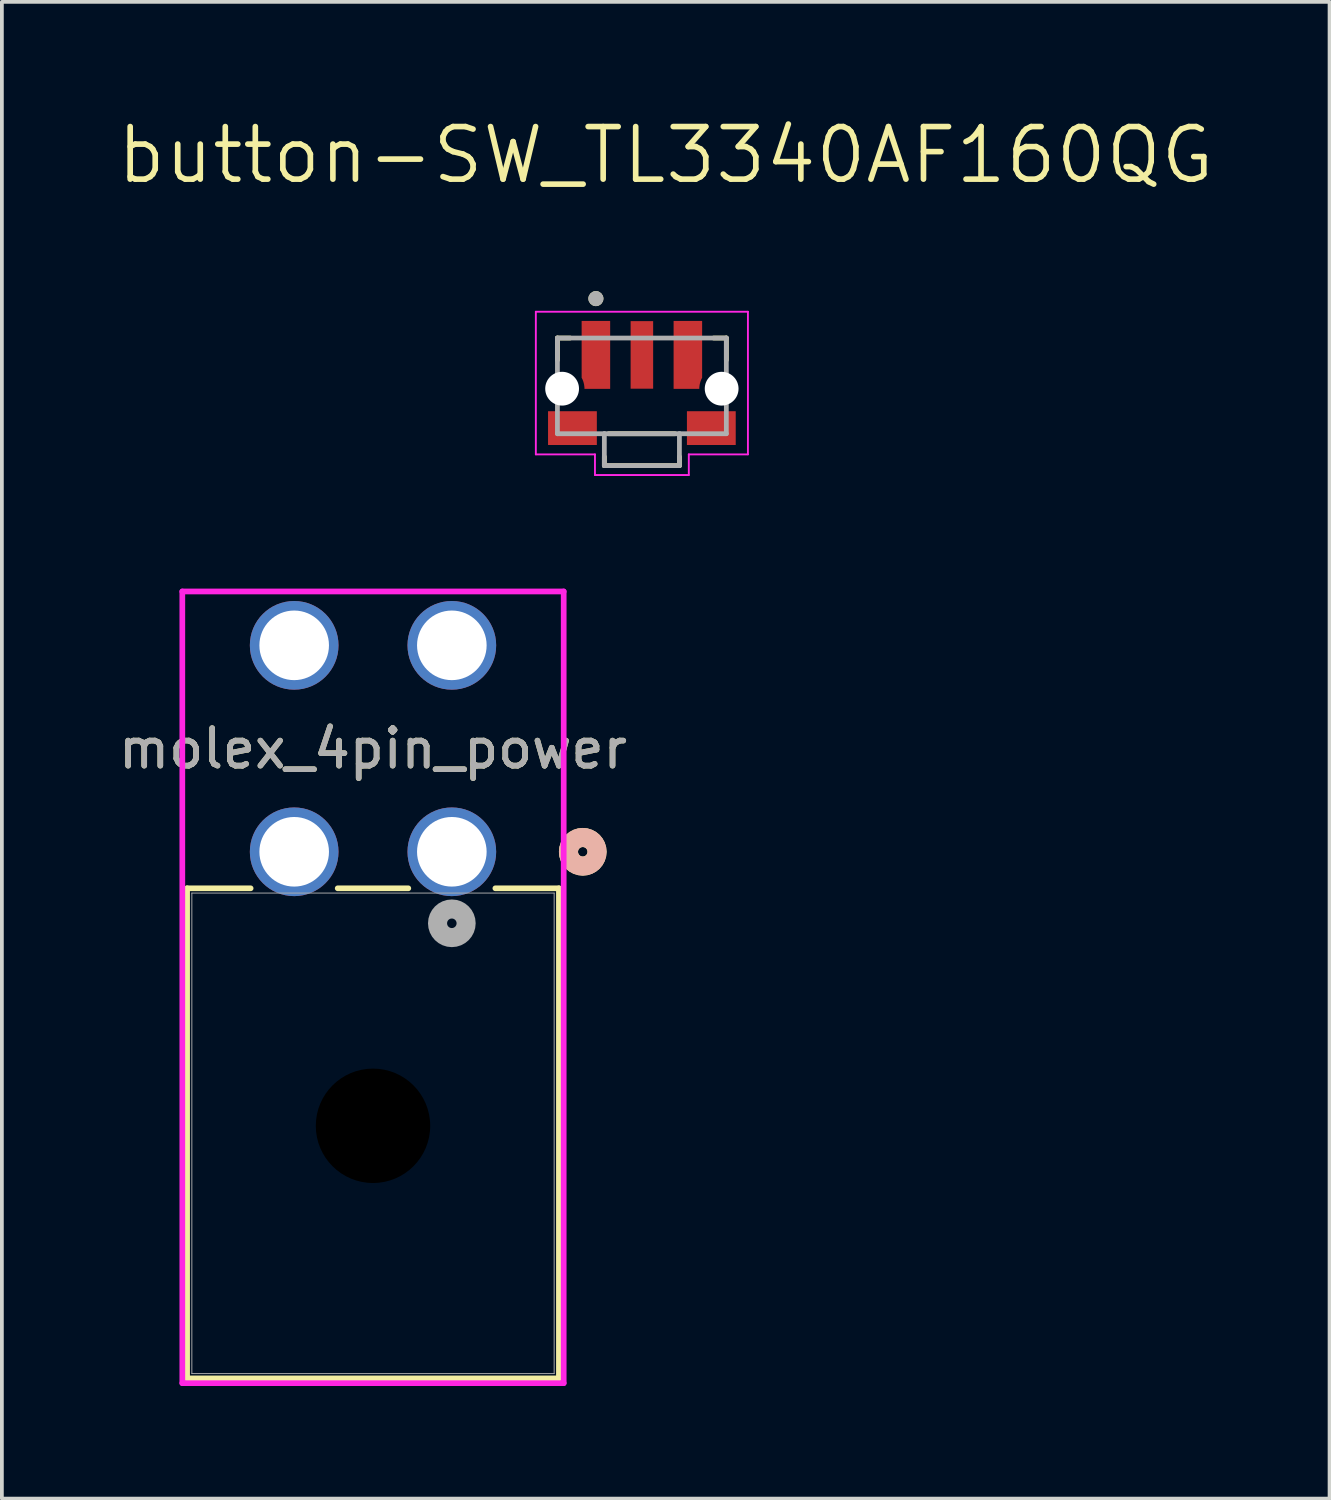
<source format=kicad_pcb>
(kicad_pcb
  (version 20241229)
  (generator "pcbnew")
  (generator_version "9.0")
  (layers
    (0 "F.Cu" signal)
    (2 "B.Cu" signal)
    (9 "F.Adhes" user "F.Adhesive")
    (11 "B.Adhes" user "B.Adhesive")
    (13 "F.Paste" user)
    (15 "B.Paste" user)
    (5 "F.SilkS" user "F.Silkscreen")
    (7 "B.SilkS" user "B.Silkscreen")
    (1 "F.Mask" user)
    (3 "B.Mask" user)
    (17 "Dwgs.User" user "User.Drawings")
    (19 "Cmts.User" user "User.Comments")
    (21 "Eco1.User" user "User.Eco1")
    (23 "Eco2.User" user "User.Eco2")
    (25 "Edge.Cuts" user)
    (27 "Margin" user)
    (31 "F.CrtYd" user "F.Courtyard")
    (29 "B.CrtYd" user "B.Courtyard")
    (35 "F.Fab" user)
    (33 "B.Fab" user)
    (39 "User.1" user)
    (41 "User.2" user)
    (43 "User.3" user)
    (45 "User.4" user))
  (footprint "button-SW_TL3340AF160QG"
    (layer "F.Cu")
    (at 14.05 7.305)
    (property "Reference" "button-SW_TL3340AF160QG" (at 0.635 -6.223 0) (layer "F.SilkS") (effects (font (size 1.4 1.4) (thickness 0.15))))
    (attr smd)
    (fp_poly (pts (xy -1.7 -1.9) (xy -0.75 -1.9) (xy -0.75 0.1) (xy -1.533 0.1) (xy -1.531 0.083) (xy -1.528 0.048) (xy -1.527 0.013) (xy -1.527 -0.021) (xy -1.528 -0.039) (xy -1.528 -0.039) (xy -1.529 -0.048) (xy -1.531 -0.067) (xy -1.534 -0.086) (xy -1.537 -0.105) (xy -1.539 -0.114) (xy -1.54 -0.123) (xy -1.544 -0.142) (xy -1.549 -0.16) (xy -1.553 -0.178) (xy -1.556 -0.187) (xy -1.569 -0.219) (xy -1.599 -0.282) (xy -1.635 -0.342) (xy -1.677 -0.397) (xy -1.7 -0.423)) (stroke (width 0.01) (type solid)) (fill yes) (layer "F.Mask"))
    (fp_poly (pts (xy 1.7 -1.9) (xy 0.75 -1.9) (xy 0.75 0.1) (xy 1.533 0.1) (xy 1.531 0.083) (xy 1.528 0.048) (xy 1.527 0.013) (xy 1.527 -0.021) (xy 1.528 -0.039) (xy 1.528 -0.039) (xy 1.529 -0.048) (xy 1.531 -0.067) (xy 1.534 -0.086) (xy 1.537 -0.105) (xy 1.539 -0.114) (xy 1.539 -0.114) (xy 1.54 -0.123) (xy 1.544 -0.142) (xy 1.549 -0.16) (xy 1.553 -0.178) (xy 1.556 -0.187) (xy 1.569 -0.219) (xy 1.599 -0.282) (xy 1.635 -0.342) (xy 1.677 -0.397) (xy 1.7 -0.423) (xy 1.7 -0.423)) (stroke (width 0.01) (type solid)) (fill yes) (layer "F.Mask"))
    (fp_line (start -2.25 -1.35) (end -2.25 -0.763) (stroke (width 0.127) (type solid)) (layer "F.SilkS"))
    (fp_line (start -1.913 -1.35) (end -2.25 -1.35) (stroke (width 0.127) (type solid)) (layer "F.SilkS"))
    (fp_line (start -1 2.05) (end -1 1.813) (stroke (width 0.127) (type solid)) (layer "F.SilkS"))
    (fp_line (start -1 2.05) (end 1 2.05) (stroke (width 0.127) (type solid)) (layer "F.SilkS"))
    (fp_line (start -0.886 1.2) (end 0.886 1.2) (stroke (width 0.127) (type solid)) (layer "F.SilkS"))
    (fp_line (start 1 2.05) (end 1 1.813) (stroke (width 0.127) (type solid)) (layer "F.SilkS"))
    (fp_line (start 1.913 -1.35) (end 2.25 -1.35) (stroke (width 0.127) (type solid)) (layer "F.SilkS"))
    (fp_line (start 2.25 -1.35) (end 2.25 -0.763) (stroke (width 0.127) (type solid)) (layer "F.SilkS"))
    (fp_circle (center -1.225 -2.4) (end -1.125 -2.4) (stroke (width 0.2) (type solid)) (fill no) (layer "F.SilkS"))
    (fp_poly (pts (xy -1.6 -1.8) (xy -0.85 -1.8) (xy -0.85 0) (xy -1.525 0) (xy -1.525 -0.009) (xy -1.525 -0.027) (xy -1.526 -0.045) (xy -1.529 -0.063) (xy -1.53 -0.071) (xy -1.53 -0.071) (xy -1.531 -0.08) (xy -1.533 -0.098) (xy -1.536 -0.116) (xy -1.54 -0.134) (xy -1.543 -0.143) (xy -1.545 -0.153) (xy -1.551 -0.175) (xy -1.557 -0.196) (xy -1.565 -0.217) (xy -1.569 -0.227) (xy -1.572 -0.236) (xy -1.579 -0.252) (xy -1.587 -0.268) (xy -1.595 -0.283) (xy -1.6 -0.29) (xy -1.6 -0.3)) (stroke (width 0.01) (type solid)) (fill yes) (layer "F.Paste"))
    (fp_poly (pts (xy 1.6 -1.8) (xy 0.85 -1.8) (xy 0.85 0) (xy 1.525 0) (xy 1.525 -0.009) (xy 1.525 -0.027) (xy 1.526 -0.045) (xy 1.529 -0.063) (xy 1.53 -0.071) (xy 1.53 -0.071) (xy 1.531 -0.08) (xy 1.533 -0.098) (xy 1.536 -0.116) (xy 1.54 -0.134) (xy 1.543 -0.143) (xy 1.545 -0.153) (xy 1.551 -0.175) (xy 1.557 -0.196) (xy 1.565 -0.217) (xy 1.569 -0.227) (xy 1.572 -0.236) (xy 1.579 -0.252) (xy 1.587 -0.268) (xy 1.595 -0.283) (xy 1.6 -0.29) (xy 1.6 -0.3)) (stroke (width 0.01) (type solid)) (fill yes) (layer "F.Paste"))
    (fp_line (start -2.825 -2.05) (end -2.825 1.75) (stroke (width 0.05) (type solid)) (layer "F.CrtYd"))
    (fp_line (start -2.825 1.75) (end -1.25 1.75) (stroke (width 0.05) (type solid)) (layer "F.CrtYd"))
    (fp_line (start -1.25 1.75) (end -1.25 2.3) (stroke (width 0.05) (type solid)) (layer "F.CrtYd"))
    (fp_line (start -1.25 2.3) (end 1.25 2.3) (stroke (width 0.05) (type solid)) (layer "F.CrtYd"))
    (fp_line (start 1.25 1.75) (end 2.825 1.75) (stroke (width 0.05) (type solid)) (layer "F.CrtYd"))
    (fp_line (start 1.25 2.3) (end 1.25 1.75) (stroke (width 0.05) (type solid)) (layer "F.CrtYd"))
    (fp_line (start 2.825 -2.05) (end -2.825 -2.05) (stroke (width 0.05) (type solid)) (layer "F.CrtYd"))
    (fp_line (start 2.825 1.75) (end 2.825 -2.05) (stroke (width 0.05) (type solid)) (layer "F.CrtYd"))
    (fp_line (start -2.25 -1.35) (end -2.25 1.2) (stroke (width 0.127) (type solid)) (layer "F.Fab"))
    (fp_line (start -2.25 1.2) (end -1 1.2) (stroke (width 0.127) (type solid)) (layer "F.Fab"))
    (fp_line (start -1 1.2) (end -1 2.05) (stroke (width 0.127) (type solid)) (layer "F.Fab"))
    (fp_line (start -1 1.2) (end 1 1.2) (stroke (width 0.127) (type solid)) (layer "F.Fab"))
    (fp_line (start -1 2.05) (end 1 2.05) (stroke (width 0.127) (type solid)) (layer "F.Fab"))
    (fp_line (start 1 1.2) (end 2.25 1.2) (stroke (width 0.127) (type solid)) (layer "F.Fab"))
    (fp_line (start 1 2.05) (end 1 1.2) (stroke (width 0.127) (type solid)) (layer "F.Fab"))
    (fp_line (start 2.25 -1.35) (end -2.25 -1.35) (stroke (width 0.127) (type solid)) (layer "F.Fab"))
    (fp_line (start 2.25 1.2) (end 2.25 -1.35) (stroke (width 0.127) (type solid)) (layer "F.Fab"))
    (fp_circle (center -1.225 -2.4) (end -1.125 -2.4) (stroke (width 0.2) (type solid)) (fill no) (layer "F.Fab"))
    (pad "" np_thru_hole circle (at -2.125 0) (size 0.9 0.9) (drill 0.9) (layers "*.Cu" "*.Mask"))
    (pad "" np_thru_hole circle (at 2.125 0) (size 0.9 0.9) (drill 0.9) (layers "*.Cu" "*.Mask"))
    (pad "1" smd custom (at -1.225 -0.9) (size 0.2 0.2) (layers "F.Cu") (options (anchor rect)) (primitives (gr_poly (pts (xy -0.375 -0.9) (xy 0.375 -0.9) (xy 0.375 0.9) (xy -0.3 0.9) (xy -0.3 0.891) (xy -0.3 0.873) (xy -0.301 0.855) (xy -0.304 0.837) (xy -0.305 0.829) (xy -0.305 0.829) (xy -0.306 0.82) (xy -0.308 0.802) (xy -0.311 0.784) (xy -0.315 0.766) (xy -0.318 0.757) (xy -0.32 0.747) (xy -0.326 0.725) (xy -0.332 0.704) (xy -0.34 0.683) (xy -0.344 0.673) (xy -0.347 0.664) (xy -0.354 0.648) (xy -0.362 0.632) (xy -0.37 0.617) (xy -0.375 0.61) (xy -0.375 0.6)) (width 0.01) (fill yes))))
    (pad "2" smd rect (at 0 -0.9) (size 0.6 1.8) (layers "F.Cu" "F.Mask" "F.Paste"))
    (pad "3" smd custom (at 1.225 -0.9) (size 0.2 0.2) (layers "F.Cu") (options (anchor rect)) (primitives (gr_poly (pts (xy 0.375 -0.9) (xy -0.375 -0.9) (xy -0.375 0.9) (xy 0.3 0.9) (xy 0.3 0.891) (xy 0.3 0.873) (xy 0.301 0.855) (xy 0.304 0.837) (xy 0.305 0.829) (xy 0.305 0.829) (xy 0.306 0.82) (xy 0.308 0.802) (xy 0.311 0.784) (xy 0.315 0.766) (xy 0.318 0.757) (xy 0.32 0.747) (xy 0.326 0.725) (xy 0.332 0.704) (xy 0.34 0.683) (xy 0.344 0.673) (xy 0.347 0.664) (xy 0.354 0.648) (xy 0.362 0.632) (xy 0.37 0.617) (xy 0.375 0.61) (xy 0.375 0.6)) (width 0.01) (fill yes))))
    (pad "S1" smd rect (at -1.85 1.05 180) (size 1.3 0.9) (layers "F.Cu" "F.Mask" "F.Paste"))
    (pad "S2" smd rect (at 1.85 1.05) (size 1.3 0.9) (layers "F.Cu" "F.Mask" "F.Paste"))
    (zone (net_name "") (layer "F.Cu") (hatch full 0.508) (connect_pads) (min_thickness 0.01) (filled_areas_thickness no) (keepout (tracks not_allowed) (vias not_allowed) (pads not_allowed) (copperpour not_allowed) (footprints allowed)) (placement (enabled no)) (fill) (polygon (pts (xy 13.05 7.605) (xy 15.05 7.605) (xy 15.05 8.805) (xy 13.05 8.805))))
    (zone (net_name "") (layers "F.Cu" "B.Cu") (hatch full 0.508) (connect_pads) (min_thickness 0.01) (filled_areas_thickness no) (keepout (tracks allowed) (vias not_allowed) (pads allowed) (copperpour allowed) (footprints allowed)) (placement (enabled no)) (fill) (polygon (pts (xy 13.05 7.605) (xy 15.05 7.605) (xy 15.05 8.805) (xy 13.05 8.805)))))
  (footprint "molex_4pin_power"
    (layer "F.Cu")
    (at 8.987 19.642)
    (property "Reference" "molex_4pin_power" (at -2.1 -2.75 0) (unlocked yes) (layer "F.SilkS") (effects (font (size 1 1) (thickness 0.15))))
    (attr through_hole)
    (fp_line (start -7.053 0.973) (end -7.053 14.029) (stroke (width 0.152) (type solid)) (layer "F.SilkS"))
    (fp_line (start -7.053 14.029) (end 2.853 14.029) (stroke (width 0.152) (type solid)) (layer "F.SilkS"))
    (fp_line (start -5.36 0.973) (end -7.053 0.973) (stroke (width 0.152) (type solid)) (layer "F.SilkS"))
    (fp_line (start -1.16 0.973) (end -3.04 0.973) (stroke (width 0.152) (type solid)) (layer "F.SilkS"))
    (fp_line (start 2.853 0.973) (end 1.16 0.973) (stroke (width 0.152) (type solid)) (layer "F.SilkS"))
    (fp_line (start 2.853 14.029) (end 2.853 0.973) (stroke (width 0.152) (type solid)) (layer "F.SilkS"))
    (fp_circle (center 3.488 0) (end 3.869 0) (stroke (width 0.508) (type solid)) (fill no) (layer "F.SilkS"))
    (fp_circle (center 3.488 0) (end 3.869 0) (stroke (width 0.508) (type solid)) (fill no) (layer "B.SilkS"))
    (fp_line (start -7.18 -6.935) (end -7.18 14.156) (stroke (width 0.152) (type solid)) (layer "F.CrtYd"))
    (fp_line (start -7.18 14.156) (end 2.98 14.156) (stroke (width 0.152) (type solid)) (layer "F.CrtYd"))
    (fp_line (start 2.98 -6.935) (end -7.18 -6.935) (stroke (width 0.152) (type solid)) (layer "F.CrtYd"))
    (fp_line (start 2.98 14.156) (end 2.98 -6.935) (stroke (width 0.152) (type solid)) (layer "F.CrtYd"))
    (fp_line (start -6.926 1.1) (end -6.926 13.902) (stroke (width 0.025) (type solid)) (layer "F.Fab"))
    (fp_line (start -6.926 13.902) (end 2.726 13.902) (stroke (width 0.025) (type solid)) (layer "F.Fab"))
    (fp_line (start 2.726 1.1) (end -6.926 1.1) (stroke (width 0.025) (type solid)) (layer "F.Fab"))
    (fp_line (start 2.726 13.902) (end 2.726 1.1) (stroke (width 0.025) (type solid)) (layer "F.Fab"))
    (fp_circle (center 0 1.905) (end 0.381 1.905) (stroke (width 0.508) (type solid)) (fill no) (layer "F.Fab"))
    (fp_text user "${REFERENCE}" (at -2.1 -2.75 0) (unlocked yes) (layer "F.Fab") (effects (font (size 1 1) (thickness 0.15))))
    (pad "" np_thru_hole circle (at -2.1 7.3) (size 3.048 3.048) (drill 3.048) (layers))
    (pad "1" thru_hole circle (at 0 0) (size 2.362 2.362) (drill 1.854) (layers "*.Cu" "*.Mask"))
    (pad "2" thru_hole circle (at -4.2 0) (size 2.362 2.362) (drill 1.854) (layers "*.Cu" "*.Mask"))
    (pad "3" thru_hole circle (at 0 -5.5) (size 2.362 2.362) (drill 1.854) (layers "*.Cu" "*.Mask"))
    (pad "4" thru_hole circle (at -4.2 -5.5) (size 2.362 2.362) (drill 1.854) (layers "*.Cu" "*.Mask")))
  (gr_rect
    (start -3 -3)
    (end 32.37 36.873)
    (stroke (width 0.1) (type default))
    (fill no)
    (layer "Edge.Cuts")))
</source>
